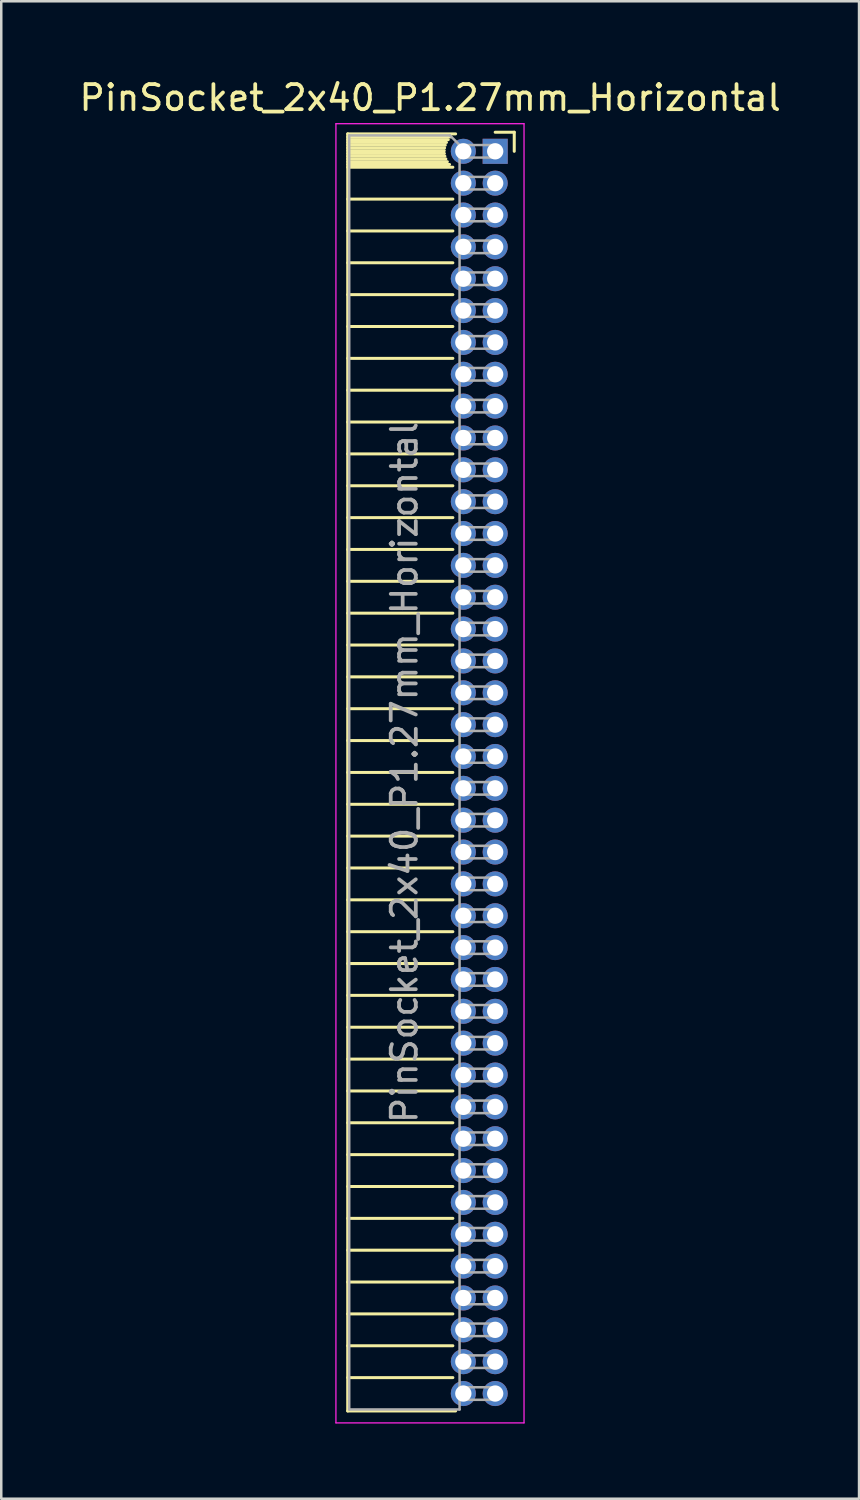
<source format=kicad_pcb>
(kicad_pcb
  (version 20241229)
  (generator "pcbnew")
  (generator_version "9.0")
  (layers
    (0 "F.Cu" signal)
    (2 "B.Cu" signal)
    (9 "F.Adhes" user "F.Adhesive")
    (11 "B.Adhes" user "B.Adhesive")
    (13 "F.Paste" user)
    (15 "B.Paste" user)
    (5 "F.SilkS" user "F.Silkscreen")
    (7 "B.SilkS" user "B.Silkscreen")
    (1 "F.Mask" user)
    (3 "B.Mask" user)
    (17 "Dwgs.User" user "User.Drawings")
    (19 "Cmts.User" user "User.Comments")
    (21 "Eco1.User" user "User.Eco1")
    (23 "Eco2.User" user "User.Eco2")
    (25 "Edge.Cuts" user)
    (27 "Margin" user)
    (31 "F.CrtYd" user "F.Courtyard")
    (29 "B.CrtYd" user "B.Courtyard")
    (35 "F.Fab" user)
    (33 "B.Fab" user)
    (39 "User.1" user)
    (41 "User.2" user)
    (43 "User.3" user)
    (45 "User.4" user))
  (footprint "PinSocket_2x40_P1.27mm_Horizontal"
    (layer "F.Cu")
    (at 16.694 2.983)
    (property "Reference" "PinSocket_2x40_P1.27mm_Horizontal" (at -2.592 -2.135 0) (layer "F.SilkS") (effects (font (size 1 1) (thickness 0.15))))
    (attr through_hole)
    (fp_line (start -5.88 -0.695) (end -5.88 50.225) (stroke (width 0.12) (type solid)) (layer "F.SilkS"))
    (fp_line (start -5.88 -0.695) (end -1.578 -0.695) (stroke (width 0.12) (type solid)) (layer "F.SilkS"))
    (fp_line (start -5.88 -0.575) (end -1.767 -0.575) (stroke (width 0.12) (type solid)) (layer "F.SilkS"))
    (fp_line (start -5.88 -0.465) (end -1.871 -0.465) (stroke (width 0.12) (type solid)) (layer "F.SilkS"))
    (fp_line (start -5.88 -0.355) (end -1.942 -0.355) (stroke (width 0.12) (type solid)) (layer "F.SilkS"))
    (fp_line (start -5.88 -0.245) (end -1.989 -0.245) (stroke (width 0.12) (type solid)) (layer "F.SilkS"))
    (fp_line (start -5.88 -0.135) (end -2.018 -0.135) (stroke (width 0.12) (type solid)) (layer "F.SilkS"))
    (fp_line (start -5.88 -0.025) (end -2.03 -0.025) (stroke (width 0.12) (type solid)) (layer "F.SilkS"))
    (fp_line (start -5.88 0.085) (end -2.025 0.085) (stroke (width 0.12) (type solid)) (layer "F.SilkS"))
    (fp_line (start -5.88 0.195) (end -2.005 0.195) (stroke (width 0.12) (type solid)) (layer "F.SilkS"))
    (fp_line (start -5.88 0.305) (end -1.966 0.305) (stroke (width 0.12) (type solid)) (layer "F.SilkS"))
    (fp_line (start -5.88 0.415) (end -1.907 0.415) (stroke (width 0.12) (type solid)) (layer "F.SilkS"))
    (fp_line (start -5.88 0.525) (end -1.82 0.525) (stroke (width 0.12) (type solid)) (layer "F.SilkS"))
    (fp_line (start -5.88 0.635) (end -1.688 0.635) (stroke (width 0.12) (type solid)) (layer "F.SilkS"))
    (fp_line (start -5.88 1.905) (end -1.688 1.905) (stroke (width 0.12) (type solid)) (layer "F.SilkS"))
    (fp_line (start -5.88 3.175) (end -1.688 3.175) (stroke (width 0.12) (type solid)) (layer "F.SilkS"))
    (fp_line (start -5.88 4.445) (end -1.688 4.445) (stroke (width 0.12) (type solid)) (layer "F.SilkS"))
    (fp_line (start -5.88 5.715) (end -1.688 5.715) (stroke (width 0.12) (type solid)) (layer "F.SilkS"))
    (fp_line (start -5.88 6.985) (end -1.688 6.985) (stroke (width 0.12) (type solid)) (layer "F.SilkS"))
    (fp_line (start -5.88 8.255) (end -1.688 8.255) (stroke (width 0.12) (type solid)) (layer "F.SilkS"))
    (fp_line (start -5.88 9.525) (end -1.688 9.525) (stroke (width 0.12) (type solid)) (layer "F.SilkS"))
    (fp_line (start -5.88 10.795) (end -1.688 10.795) (stroke (width 0.12) (type solid)) (layer "F.SilkS"))
    (fp_line (start -5.88 12.065) (end -1.688 12.065) (stroke (width 0.12) (type solid)) (layer "F.SilkS"))
    (fp_line (start -5.88 13.335) (end -1.688 13.335) (stroke (width 0.12) (type solid)) (layer "F.SilkS"))
    (fp_line (start -5.88 14.605) (end -1.688 14.605) (stroke (width 0.12) (type solid)) (layer "F.SilkS"))
    (fp_line (start -5.88 15.875) (end -1.688 15.875) (stroke (width 0.12) (type solid)) (layer "F.SilkS"))
    (fp_line (start -5.88 17.145) (end -1.688 17.145) (stroke (width 0.12) (type solid)) (layer "F.SilkS"))
    (fp_line (start -5.88 18.415) (end -1.688 18.415) (stroke (width 0.12) (type solid)) (layer "F.SilkS"))
    (fp_line (start -5.88 19.685) (end -1.688 19.685) (stroke (width 0.12) (type solid)) (layer "F.SilkS"))
    (fp_line (start -5.88 20.955) (end -1.688 20.955) (stroke (width 0.12) (type solid)) (layer "F.SilkS"))
    (fp_line (start -5.88 22.225) (end -1.688 22.225) (stroke (width 0.12) (type solid)) (layer "F.SilkS"))
    (fp_line (start -5.88 23.495) (end -1.688 23.495) (stroke (width 0.12) (type solid)) (layer "F.SilkS"))
    (fp_line (start -5.88 24.765) (end -1.688 24.765) (stroke (width 0.12) (type solid)) (layer "F.SilkS"))
    (fp_line (start -5.88 26.035) (end -1.688 26.035) (stroke (width 0.12) (type solid)) (layer "F.SilkS"))
    (fp_line (start -5.88 27.305) (end -1.688 27.305) (stroke (width 0.12) (type solid)) (layer "F.SilkS"))
    (fp_line (start -5.88 28.575) (end -1.688 28.575) (stroke (width 0.12) (type solid)) (layer "F.SilkS"))
    (fp_line (start -5.88 29.845) (end -1.688 29.845) (stroke (width 0.12) (type solid)) (layer "F.SilkS"))
    (fp_line (start -5.88 31.115) (end -1.688 31.115) (stroke (width 0.12) (type solid)) (layer "F.SilkS"))
    (fp_line (start -5.88 32.385) (end -1.688 32.385) (stroke (width 0.12) (type solid)) (layer "F.SilkS"))
    (fp_line (start -5.88 33.655) (end -1.688 33.655) (stroke (width 0.12) (type solid)) (layer "F.SilkS"))
    (fp_line (start -5.88 34.925) (end -1.688 34.925) (stroke (width 0.12) (type solid)) (layer "F.SilkS"))
    (fp_line (start -5.88 36.195) (end -1.688 36.195) (stroke (width 0.12) (type solid)) (layer "F.SilkS"))
    (fp_line (start -5.88 37.465) (end -1.688 37.465) (stroke (width 0.12) (type solid)) (layer "F.SilkS"))
    (fp_line (start -5.88 38.735) (end -1.688 38.735) (stroke (width 0.12) (type solid)) (layer "F.SilkS"))
    (fp_line (start -5.88 40.005) (end -1.688 40.005) (stroke (width 0.12) (type solid)) (layer "F.SilkS"))
    (fp_line (start -5.88 41.275) (end -1.688 41.275) (stroke (width 0.12) (type solid)) (layer "F.SilkS"))
    (fp_line (start -5.88 42.545) (end -1.688 42.545) (stroke (width 0.12) (type solid)) (layer "F.SilkS"))
    (fp_line (start -5.88 43.815) (end -1.688 43.815) (stroke (width 0.12) (type solid)) (layer "F.SilkS"))
    (fp_line (start -5.88 45.085) (end -1.688 45.085) (stroke (width 0.12) (type solid)) (layer "F.SilkS"))
    (fp_line (start -5.88 46.355) (end -1.688 46.355) (stroke (width 0.12) (type solid)) (layer "F.SilkS"))
    (fp_line (start -5.88 47.625) (end -1.688 47.625) (stroke (width 0.12) (type solid)) (layer "F.SilkS"))
    (fp_line (start -5.88 48.895) (end -1.688 48.895) (stroke (width 0.12) (type solid)) (layer "F.SilkS"))
    (fp_line (start -5.88 50.225) (end -1.578 50.225) (stroke (width 0.12) (type solid)) (layer "F.SilkS"))
    (fp_line (start 0 -0.76) (end 0.76 -0.76) (stroke (width 0.12) (type solid)) (layer "F.SilkS"))
    (fp_line (start 0.76 -0.76) (end 0.76 0) (stroke (width 0.12) (type solid)) (layer "F.SilkS"))
    (fp_line (start -6.35 -1.1) (end -6.35 50.7) (stroke (width 0.05) (type solid)) (layer "F.CrtYd"))
    (fp_line (start -6.35 50.7) (end 1.15 50.7) (stroke (width 0.05) (type solid)) (layer "F.CrtYd"))
    (fp_line (start 1.15 -1.1) (end -6.35 -1.1) (stroke (width 0.05) (type solid)) (layer "F.CrtYd"))
    (fp_line (start 1.15 50.7) (end 1.15 -1.1) (stroke (width 0.05) (type solid)) (layer "F.CrtYd"))
    (fp_line (start -5.82 -0.635) (end -1.805 -0.635) (stroke (width 0.1) (type solid)) (layer "F.Fab"))
    (fp_line (start -5.82 50.165) (end -5.82 -0.635) (stroke (width 0.1) (type solid)) (layer "F.Fab"))
    (fp_line (start -1.805 -0.635) (end -1.42 -0.25) (stroke (width 0.1) (type solid)) (layer "F.Fab"))
    (fp_line (start -1.42 -0.25) (end -1.42 50.165) (stroke (width 0.1) (type solid)) (layer "F.Fab"))
    (fp_line (start -1.42 0.25) (end 0 0.25) (stroke (width 0.1) (type solid)) (layer "F.Fab"))
    (fp_line (start -1.42 1.52) (end 0 1.52) (stroke (width 0.1) (type solid)) (layer "F.Fab"))
    (fp_line (start -1.42 2.79) (end 0 2.79) (stroke (width 0.1) (type solid)) (layer "F.Fab"))
    (fp_line (start -1.42 4.06) (end 0 4.06) (stroke (width 0.1) (type solid)) (layer "F.Fab"))
    (fp_line (start -1.42 5.33) (end 0 5.33) (stroke (width 0.1) (type solid)) (layer "F.Fab"))
    (fp_line (start -1.42 6.6) (end 0 6.6) (stroke (width 0.1) (type solid)) (layer "F.Fab"))
    (fp_line (start -1.42 7.87) (end 0 7.87) (stroke (width 0.1) (type solid)) (layer "F.Fab"))
    (fp_line (start -1.42 9.14) (end 0 9.14) (stroke (width 0.1) (type solid)) (layer "F.Fab"))
    (fp_line (start -1.42 10.41) (end 0 10.41) (stroke (width 0.1) (type solid)) (layer "F.Fab"))
    (fp_line (start -1.42 11.68) (end 0 11.68) (stroke (width 0.1) (type solid)) (layer "F.Fab"))
    (fp_line (start -1.42 12.95) (end 0 12.95) (stroke (width 0.1) (type solid)) (layer "F.Fab"))
    (fp_line (start -1.42 14.22) (end 0 14.22) (stroke (width 0.1) (type solid)) (layer "F.Fab"))
    (fp_line (start -1.42 15.49) (end 0 15.49) (stroke (width 0.1) (type solid)) (layer "F.Fab"))
    (fp_line (start -1.42 16.76) (end 0 16.76) (stroke (width 0.1) (type solid)) (layer "F.Fab"))
    (fp_line (start -1.42 18.03) (end 0 18.03) (stroke (width 0.1) (type solid)) (layer "F.Fab"))
    (fp_line (start -1.42 19.3) (end 0 19.3) (stroke (width 0.1) (type solid)) (layer "F.Fab"))
    (fp_line (start -1.42 20.57) (end 0 20.57) (stroke (width 0.1) (type solid)) (layer "F.Fab"))
    (fp_line (start -1.42 21.84) (end 0 21.84) (stroke (width 0.1) (type solid)) (layer "F.Fab"))
    (fp_line (start -1.42 23.11) (end 0 23.11) (stroke (width 0.1) (type solid)) (layer "F.Fab"))
    (fp_line (start -1.42 24.38) (end 0 24.38) (stroke (width 0.1) (type solid)) (layer "F.Fab"))
    (fp_line (start -1.42 25.65) (end 0 25.65) (stroke (width 0.1) (type solid)) (layer "F.Fab"))
    (fp_line (start -1.42 26.92) (end 0 26.92) (stroke (width 0.1) (type solid)) (layer "F.Fab"))
    (fp_line (start -1.42 28.19) (end 0 28.19) (stroke (width 0.1) (type solid)) (layer "F.Fab"))
    (fp_line (start -1.42 29.46) (end 0 29.46) (stroke (width 0.1) (type solid)) (layer "F.Fab"))
    (fp_line (start -1.42 30.73) (end 0 30.73) (stroke (width 0.1) (type solid)) (layer "F.Fab"))
    (fp_line (start -1.42 32) (end 0 32) (stroke (width 0.1) (type solid)) (layer "F.Fab"))
    (fp_line (start -1.42 33.27) (end 0 33.27) (stroke (width 0.1) (type solid)) (layer "F.Fab"))
    (fp_line (start -1.42 34.54) (end 0 34.54) (stroke (width 0.1) (type solid)) (layer "F.Fab"))
    (fp_line (start -1.42 35.81) (end 0 35.81) (stroke (width 0.1) (type solid)) (layer "F.Fab"))
    (fp_line (start -1.42 37.08) (end 0 37.08) (stroke (width 0.1) (type solid)) (layer "F.Fab"))
    (fp_line (start -1.42 38.35) (end 0 38.35) (stroke (width 0.1) (type solid)) (layer "F.Fab"))
    (fp_line (start -1.42 39.62) (end 0 39.62) (stroke (width 0.1) (type solid)) (layer "F.Fab"))
    (fp_line (start -1.42 40.89) (end 0 40.89) (stroke (width 0.1) (type solid)) (layer "F.Fab"))
    (fp_line (start -1.42 42.16) (end 0 42.16) (stroke (width 0.1) (type solid)) (layer "F.Fab"))
    (fp_line (start -1.42 43.43) (end 0 43.43) (stroke (width 0.1) (type solid)) (layer "F.Fab"))
    (fp_line (start -1.42 44.7) (end 0 44.7) (stroke (width 0.1) (type solid)) (layer "F.Fab"))
    (fp_line (start -1.42 45.97) (end 0 45.97) (stroke (width 0.1) (type solid)) (layer "F.Fab"))
    (fp_line (start -1.42 47.24) (end 0 47.24) (stroke (width 0.1) (type solid)) (layer "F.Fab"))
    (fp_line (start -1.42 48.51) (end 0 48.51) (stroke (width 0.1) (type solid)) (layer "F.Fab"))
    (fp_line (start -1.42 49.78) (end 0 49.78) (stroke (width 0.1) (type solid)) (layer "F.Fab"))
    (fp_line (start -1.42 50.165) (end -5.82 50.165) (stroke (width 0.1) (type solid)) (layer "F.Fab"))
    (fp_line (start 0 -0.25) (end -1.42 -0.25) (stroke (width 0.1) (type solid)) (layer "F.Fab"))
    (fp_line (start 0 0.25) (end 0 -0.25) (stroke (width 0.1) (type solid)) (layer "F.Fab"))
    (fp_line (start 0 1.02) (end -1.42 1.02) (stroke (width 0.1) (type solid)) (layer "F.Fab"))
    (fp_line (start 0 1.52) (end 0 1.02) (stroke (width 0.1) (type solid)) (layer "F.Fab"))
    (fp_line (start 0 2.29) (end -1.42 2.29) (stroke (width 0.1) (type solid)) (layer "F.Fab"))
    (fp_line (start 0 2.79) (end 0 2.29) (stroke (width 0.1) (type solid)) (layer "F.Fab"))
    (fp_line (start 0 3.56) (end -1.42 3.56) (stroke (width 0.1) (type solid)) (layer "F.Fab"))
    (fp_line (start 0 4.06) (end 0 3.56) (stroke (width 0.1) (type solid)) (layer "F.Fab"))
    (fp_line (start 0 4.83) (end -1.42 4.83) (stroke (width 0.1) (type solid)) (layer "F.Fab"))
    (fp_line (start 0 5.33) (end 0 4.83) (stroke (width 0.1) (type solid)) (layer "F.Fab"))
    (fp_line (start 0 6.1) (end -1.42 6.1) (stroke (width 0.1) (type solid)) (layer "F.Fab"))
    (fp_line (start 0 6.6) (end 0 6.1) (stroke (width 0.1) (type solid)) (layer "F.Fab"))
    (fp_line (start 0 7.37) (end -1.42 7.37) (stroke (width 0.1) (type solid)) (layer "F.Fab"))
    (fp_line (start 0 7.87) (end 0 7.37) (stroke (width 0.1) (type solid)) (layer "F.Fab"))
    (fp_line (start 0 8.64) (end -1.42 8.64) (stroke (width 0.1) (type solid)) (layer "F.Fab"))
    (fp_line (start 0 9.14) (end 0 8.64) (stroke (width 0.1) (type solid)) (layer "F.Fab"))
    (fp_line (start 0 9.91) (end -1.42 9.91) (stroke (width 0.1) (type solid)) (layer "F.Fab"))
    (fp_line (start 0 10.41) (end 0 9.91) (stroke (width 0.1) (type solid)) (layer "F.Fab"))
    (fp_line (start 0 11.18) (end -1.42 11.18) (stroke (width 0.1) (type solid)) (layer "F.Fab"))
    (fp_line (start 0 11.68) (end 0 11.18) (stroke (width 0.1) (type solid)) (layer "F.Fab"))
    (fp_line (start 0 12.45) (end -1.42 12.45) (stroke (width 0.1) (type solid)) (layer "F.Fab"))
    (fp_line (start 0 12.95) (end 0 12.45) (stroke (width 0.1) (type solid)) (layer "F.Fab"))
    (fp_line (start 0 13.72) (end -1.42 13.72) (stroke (width 0.1) (type solid)) (layer "F.Fab"))
    (fp_line (start 0 14.22) (end 0 13.72) (stroke (width 0.1) (type solid)) (layer "F.Fab"))
    (fp_line (start 0 14.99) (end -1.42 14.99) (stroke (width 0.1) (type solid)) (layer "F.Fab"))
    (fp_line (start 0 15.49) (end 0 14.99) (stroke (width 0.1) (type solid)) (layer "F.Fab"))
    (fp_line (start 0 16.26) (end -1.42 16.26) (stroke (width 0.1) (type solid)) (layer "F.Fab"))
    (fp_line (start 0 16.76) (end 0 16.26) (stroke (width 0.1) (type solid)) (layer "F.Fab"))
    (fp_line (start 0 17.53) (end -1.42 17.53) (stroke (width 0.1) (type solid)) (layer "F.Fab"))
    (fp_line (start 0 18.03) (end 0 17.53) (stroke (width 0.1) (type solid)) (layer "F.Fab"))
    (fp_line (start 0 18.8) (end -1.42 18.8) (stroke (width 0.1) (type solid)) (layer "F.Fab"))
    (fp_line (start 0 19.3) (end 0 18.8) (stroke (width 0.1) (type solid)) (layer "F.Fab"))
    (fp_line (start 0 20.07) (end -1.42 20.07) (stroke (width 0.1) (type solid)) (layer "F.Fab"))
    (fp_line (start 0 20.57) (end 0 20.07) (stroke (width 0.1) (type solid)) (layer "F.Fab"))
    (fp_line (start 0 21.34) (end -1.42 21.34) (stroke (width 0.1) (type solid)) (layer "F.Fab"))
    (fp_line (start 0 21.84) (end 0 21.34) (stroke (width 0.1) (type solid)) (layer "F.Fab"))
    (fp_line (start 0 22.61) (end -1.42 22.61) (stroke (width 0.1) (type solid)) (layer "F.Fab"))
    (fp_line (start 0 23.11) (end 0 22.61) (stroke (width 0.1) (type solid)) (layer "F.Fab"))
    (fp_line (start 0 23.88) (end -1.42 23.88) (stroke (width 0.1) (type solid)) (layer "F.Fab"))
    (fp_line (start 0 24.38) (end 0 23.88) (stroke (width 0.1) (type solid)) (layer "F.Fab"))
    (fp_line (start 0 25.15) (end -1.42 25.15) (stroke (width 0.1) (type solid)) (layer "F.Fab"))
    (fp_line (start 0 25.65) (end 0 25.15) (stroke (width 0.1) (type solid)) (layer "F.Fab"))
    (fp_line (start 0 26.42) (end -1.42 26.42) (stroke (width 0.1) (type solid)) (layer "F.Fab"))
    (fp_line (start 0 26.92) (end 0 26.42) (stroke (width 0.1) (type solid)) (layer "F.Fab"))
    (fp_line (start 0 27.69) (end -1.42 27.69) (stroke (width 0.1) (type solid)) (layer "F.Fab"))
    (fp_line (start 0 28.19) (end 0 27.69) (stroke (width 0.1) (type solid)) (layer "F.Fab"))
    (fp_line (start 0 28.96) (end -1.42 28.96) (stroke (width 0.1) (type solid)) (layer "F.Fab"))
    (fp_line (start 0 29.46) (end 0 28.96) (stroke (width 0.1) (type solid)) (layer "F.Fab"))
    (fp_line (start 0 30.23) (end -1.42 30.23) (stroke (width 0.1) (type solid)) (layer "F.Fab"))
    (fp_line (start 0 30.73) (end 0 30.23) (stroke (width 0.1) (type solid)) (layer "F.Fab"))
    (fp_line (start 0 31.5) (end -1.42 31.5) (stroke (width 0.1) (type solid)) (layer "F.Fab"))
    (fp_line (start 0 32) (end 0 31.5) (stroke (width 0.1) (type solid)) (layer "F.Fab"))
    (fp_line (start 0 32.77) (end -1.42 32.77) (stroke (width 0.1) (type solid)) (layer "F.Fab"))
    (fp_line (start 0 33.27) (end 0 32.77) (stroke (width 0.1) (type solid)) (layer "F.Fab"))
    (fp_line (start 0 34.04) (end -1.42 34.04) (stroke (width 0.1) (type solid)) (layer "F.Fab"))
    (fp_line (start 0 34.54) (end 0 34.04) (stroke (width 0.1) (type solid)) (layer "F.Fab"))
    (fp_line (start 0 35.31) (end -1.42 35.31) (stroke (width 0.1) (type solid)) (layer "F.Fab"))
    (fp_line (start 0 35.81) (end 0 35.31) (stroke (width 0.1) (type solid)) (layer "F.Fab"))
    (fp_line (start 0 36.58) (end -1.42 36.58) (stroke (width 0.1) (type solid)) (layer "F.Fab"))
    (fp_line (start 0 37.08) (end 0 36.58) (stroke (width 0.1) (type solid)) (layer "F.Fab"))
    (fp_line (start 0 37.85) (end -1.42 37.85) (stroke (width 0.1) (type solid)) (layer "F.Fab"))
    (fp_line (start 0 38.35) (end 0 37.85) (stroke (width 0.1) (type solid)) (layer "F.Fab"))
    (fp_line (start 0 39.12) (end -1.42 39.12) (stroke (width 0.1) (type solid)) (layer "F.Fab"))
    (fp_line (start 0 39.62) (end 0 39.12) (stroke (width 0.1) (type solid)) (layer "F.Fab"))
    (fp_line (start 0 40.39) (end -1.42 40.39) (stroke (width 0.1) (type solid)) (layer "F.Fab"))
    (fp_line (start 0 40.89) (end 0 40.39) (stroke (width 0.1) (type solid)) (layer "F.Fab"))
    (fp_line (start 0 41.66) (end -1.42 41.66) (stroke (width 0.1) (type solid)) (layer "F.Fab"))
    (fp_line (start 0 42.16) (end 0 41.66) (stroke (width 0.1) (type solid)) (layer "F.Fab"))
    (fp_line (start 0 42.93) (end -1.42 42.93) (stroke (width 0.1) (type solid)) (layer "F.Fab"))
    (fp_line (start 0 43.43) (end 0 42.93) (stroke (width 0.1) (type solid)) (layer "F.Fab"))
    (fp_line (start 0 44.2) (end -1.42 44.2) (stroke (width 0.1) (type solid)) (layer "F.Fab"))
    (fp_line (start 0 44.7) (end 0 44.2) (stroke (width 0.1) (type solid)) (layer "F.Fab"))
    (fp_line (start 0 45.47) (end -1.42 45.47) (stroke (width 0.1) (type solid)) (layer "F.Fab"))
    (fp_line (start 0 45.97) (end 0 45.47) (stroke (width 0.1) (type solid)) (layer "F.Fab"))
    (fp_line (start 0 46.74) (end -1.42 46.74) (stroke (width 0.1) (type solid)) (layer "F.Fab"))
    (fp_line (start 0 47.24) (end 0 46.74) (stroke (width 0.1) (type solid)) (layer "F.Fab"))
    (fp_line (start 0 48.01) (end -1.42 48.01) (stroke (width 0.1) (type solid)) (layer "F.Fab"))
    (fp_line (start 0 48.51) (end 0 48.01) (stroke (width 0.1) (type solid)) (layer "F.Fab"))
    (fp_line (start 0 49.28) (end -1.42 49.28) (stroke (width 0.1) (type solid)) (layer "F.Fab"))
    (fp_line (start 0 49.78) (end 0 49.28) (stroke (width 0.1) (type solid)) (layer "F.Fab"))
    (fp_text user "${REFERENCE}" (at -3.62 24.765 90) (layer "F.Fab") (effects (font (size 1 1) (thickness 0.15))))
    (pad "1" thru_hole rect (at 0 0) (size 1 1) (drill 0.65) (layers "*.Cu" "*.Mask"))
    (pad "2" thru_hole oval (at -1.27 0) (size 1 1) (drill 0.65) (layers "*.Cu" "*.Mask"))
    (pad "3" thru_hole oval (at 0 1.27) (size 1 1) (drill 0.65) (layers "*.Cu" "*.Mask"))
    (pad "4" thru_hole oval (at -1.27 1.27) (size 1 1) (drill 0.65) (layers "*.Cu" "*.Mask"))
    (pad "5" thru_hole oval (at 0 2.54) (size 1 1) (drill 0.65) (layers "*.Cu" "*.Mask"))
    (pad "6" thru_hole oval (at -1.27 2.54) (size 1 1) (drill 0.65) (layers "*.Cu" "*.Mask"))
    (pad "7" thru_hole oval (at 0 3.81) (size 1 1) (drill 0.65) (layers "*.Cu" "*.Mask"))
    (pad "8" thru_hole oval (at -1.27 3.81) (size 1 1) (drill 0.65) (layers "*.Cu" "*.Mask"))
    (pad "9" thru_hole oval (at 0 5.08) (size 1 1) (drill 0.65) (layers "*.Cu" "*.Mask"))
    (pad "10" thru_hole oval (at -1.27 5.08) (size 1 1) (drill 0.65) (layers "*.Cu" "*.Mask"))
    (pad "11" thru_hole oval (at 0 6.35) (size 1 1) (drill 0.65) (layers "*.Cu" "*.Mask"))
    (pad "12" thru_hole oval (at -1.27 6.35) (size 1 1) (drill 0.65) (layers "*.Cu" "*.Mask"))
    (pad "13" thru_hole oval (at 0 7.62) (size 1 1) (drill 0.65) (layers "*.Cu" "*.Mask"))
    (pad "14" thru_hole oval (at -1.27 7.62) (size 1 1) (drill 0.65) (layers "*.Cu" "*.Mask"))
    (pad "15" thru_hole oval (at 0 8.89) (size 1 1) (drill 0.65) (layers "*.Cu" "*.Mask"))
    (pad "16" thru_hole oval (at -1.27 8.89) (size 1 1) (drill 0.65) (layers "*.Cu" "*.Mask"))
    (pad "17" thru_hole oval (at 0 10.16) (size 1 1) (drill 0.65) (layers "*.Cu" "*.Mask"))
    (pad "18" thru_hole oval (at -1.27 10.16) (size 1 1) (drill 0.65) (layers "*.Cu" "*.Mask"))
    (pad "19" thru_hole oval (at 0 11.43) (size 1 1) (drill 0.65) (layers "*.Cu" "*.Mask"))
    (pad "20" thru_hole oval (at -1.27 11.43) (size 1 1) (drill 0.65) (layers "*.Cu" "*.Mask"))
    (pad "21" thru_hole oval (at 0 12.7) (size 1 1) (drill 0.65) (layers "*.Cu" "*.Mask"))
    (pad "22" thru_hole oval (at -1.27 12.7) (size 1 1) (drill 0.65) (layers "*.Cu" "*.Mask"))
    (pad "23" thru_hole oval (at 0 13.97) (size 1 1) (drill 0.65) (layers "*.Cu" "*.Mask"))
    (pad "24" thru_hole oval (at -1.27 13.97) (size 1 1) (drill 0.65) (layers "*.Cu" "*.Mask"))
    (pad "25" thru_hole oval (at 0 15.24) (size 1 1) (drill 0.65) (layers "*.Cu" "*.Mask"))
    (pad "26" thru_hole oval (at -1.27 15.24) (size 1 1) (drill 0.65) (layers "*.Cu" "*.Mask"))
    (pad "27" thru_hole oval (at 0 16.51) (size 1 1) (drill 0.65) (layers "*.Cu" "*.Mask"))
    (pad "28" thru_hole oval (at -1.27 16.51) (size 1 1) (drill 0.65) (layers "*.Cu" "*.Mask"))
    (pad "29" thru_hole oval (at 0 17.78) (size 1 1) (drill 0.65) (layers "*.Cu" "*.Mask"))
    (pad "30" thru_hole oval (at -1.27 17.78) (size 1 1) (drill 0.65) (layers "*.Cu" "*.Mask"))
    (pad "31" thru_hole oval (at 0 19.05) (size 1 1) (drill 0.65) (layers "*.Cu" "*.Mask"))
    (pad "32" thru_hole oval (at -1.27 19.05) (size 1 1) (drill 0.65) (layers "*.Cu" "*.Mask"))
    (pad "33" thru_hole oval (at 0 20.32) (size 1 1) (drill 0.65) (layers "*.Cu" "*.Mask"))
    (pad "34" thru_hole oval (at -1.27 20.32) (size 1 1) (drill 0.65) (layers "*.Cu" "*.Mask"))
    (pad "35" thru_hole oval (at 0 21.59) (size 1 1) (drill 0.65) (layers "*.Cu" "*.Mask"))
    (pad "36" thru_hole oval (at -1.27 21.59) (size 1 1) (drill 0.65) (layers "*.Cu" "*.Mask"))
    (pad "37" thru_hole oval (at 0 22.86) (size 1 1) (drill 0.65) (layers "*.Cu" "*.Mask"))
    (pad "38" thru_hole oval (at -1.27 22.86) (size 1 1) (drill 0.65) (layers "*.Cu" "*.Mask"))
    (pad "39" thru_hole oval (at 0 24.13) (size 1 1) (drill 0.65) (layers "*.Cu" "*.Mask"))
    (pad "40" thru_hole oval (at -1.27 24.13) (size 1 1) (drill 0.65) (layers "*.Cu" "*.Mask"))
    (pad "41" thru_hole oval (at 0 25.4) (size 1 1) (drill 0.65) (layers "*.Cu" "*.Mask"))
    (pad "42" thru_hole oval (at -1.27 25.4) (size 1 1) (drill 0.65) (layers "*.Cu" "*.Mask"))
    (pad "43" thru_hole oval (at 0 26.67) (size 1 1) (drill 0.65) (layers "*.Cu" "*.Mask"))
    (pad "44" thru_hole oval (at -1.27 26.67) (size 1 1) (drill 0.65) (layers "*.Cu" "*.Mask"))
    (pad "45" thru_hole oval (at 0 27.94) (size 1 1) (drill 0.65) (layers "*.Cu" "*.Mask"))
    (pad "46" thru_hole oval (at -1.27 27.94) (size 1 1) (drill 0.65) (layers "*.Cu" "*.Mask"))
    (pad "47" thru_hole oval (at 0 29.21) (size 1 1) (drill 0.65) (layers "*.Cu" "*.Mask"))
    (pad "48" thru_hole oval (at -1.27 29.21) (size 1 1) (drill 0.65) (layers "*.Cu" "*.Mask"))
    (pad "49" thru_hole oval (at 0 30.48) (size 1 1) (drill 0.65) (layers "*.Cu" "*.Mask"))
    (pad "50" thru_hole oval (at -1.27 30.48) (size 1 1) (drill 0.65) (layers "*.Cu" "*.Mask"))
    (pad "51" thru_hole oval (at 0 31.75) (size 1 1) (drill 0.65) (layers "*.Cu" "*.Mask"))
    (pad "52" thru_hole oval (at -1.27 31.75) (size 1 1) (drill 0.65) (layers "*.Cu" "*.Mask"))
    (pad "53" thru_hole oval (at 0 33.02) (size 1 1) (drill 0.65) (layers "*.Cu" "*.Mask"))
    (pad "54" thru_hole oval (at -1.27 33.02) (size 1 1) (drill 0.65) (layers "*.Cu" "*.Mask"))
    (pad "55" thru_hole oval (at 0 34.29) (size 1 1) (drill 0.65) (layers "*.Cu" "*.Mask"))
    (pad "56" thru_hole oval (at -1.27 34.29) (size 1 1) (drill 0.65) (layers "*.Cu" "*.Mask"))
    (pad "57" thru_hole oval (at 0 35.56) (size 1 1) (drill 0.65) (layers "*.Cu" "*.Mask"))
    (pad "58" thru_hole oval (at -1.27 35.56) (size 1 1) (drill 0.65) (layers "*.Cu" "*.Mask"))
    (pad "59" thru_hole oval (at 0 36.83) (size 1 1) (drill 0.65) (layers "*.Cu" "*.Mask"))
    (pad "60" thru_hole oval (at -1.27 36.83) (size 1 1) (drill 0.65) (layers "*.Cu" "*.Mask"))
    (pad "61" thru_hole oval (at 0 38.1) (size 1 1) (drill 0.65) (layers "*.Cu" "*.Mask"))
    (pad "62" thru_hole oval (at -1.27 38.1) (size 1 1) (drill 0.65) (layers "*.Cu" "*.Mask"))
    (pad "63" thru_hole oval (at 0 39.37) (size 1 1) (drill 0.65) (layers "*.Cu" "*.Mask"))
    (pad "64" thru_hole oval (at -1.27 39.37) (size 1 1) (drill 0.65) (layers "*.Cu" "*.Mask"))
    (pad "65" thru_hole oval (at 0 40.64) (size 1 1) (drill 0.65) (layers "*.Cu" "*.Mask"))
    (pad "66" thru_hole oval (at -1.27 40.64) (size 1 1) (drill 0.65) (layers "*.Cu" "*.Mask"))
    (pad "67" thru_hole oval (at 0 41.91) (size 1 1) (drill 0.65) (layers "*.Cu" "*.Mask"))
    (pad "68" thru_hole oval (at -1.27 41.91) (size 1 1) (drill 0.65) (layers "*.Cu" "*.Mask"))
    (pad "69" thru_hole oval (at 0 43.18) (size 1 1) (drill 0.65) (layers "*.Cu" "*.Mask"))
    (pad "70" thru_hole oval (at -1.27 43.18) (size 1 1) (drill 0.65) (layers "*.Cu" "*.Mask"))
    (pad "71" thru_hole oval (at 0 44.45) (size 1 1) (drill 0.65) (layers "*.Cu" "*.Mask"))
    (pad "72" thru_hole oval (at -1.27 44.45) (size 1 1) (drill 0.65) (layers "*.Cu" "*.Mask"))
    (pad "73" thru_hole oval (at 0 45.72) (size 1 1) (drill 0.65) (layers "*.Cu" "*.Mask"))
    (pad "74" thru_hole oval (at -1.27 45.72) (size 1 1) (drill 0.65) (layers "*.Cu" "*.Mask"))
    (pad "75" thru_hole oval (at 0 46.99) (size 1 1) (drill 0.65) (layers "*.Cu" "*.Mask"))
    (pad "76" thru_hole oval (at -1.27 46.99) (size 1 1) (drill 0.65) (layers "*.Cu" "*.Mask"))
    (pad "77" thru_hole oval (at 0 48.26) (size 1 1) (drill 0.65) (layers "*.Cu" "*.Mask"))
    (pad "78" thru_hole oval (at -1.27 48.26) (size 1 1) (drill 0.65) (layers "*.Cu" "*.Mask"))
    (pad "79" thru_hole oval (at 0 49.53) (size 1 1) (drill 0.65) (layers "*.Cu" "*.Mask"))
    (pad "80" thru_hole oval (at -1.27 49.53) (size 1 1) (drill 0.65) (layers "*.Cu" "*.Mask")))
  (gr_rect
    (start -3 -3)
    (end 31.202 56.708)
    (stroke (width 0.1) (type default))
    (fill no)
    (layer "Edge.Cuts")))
</source>
